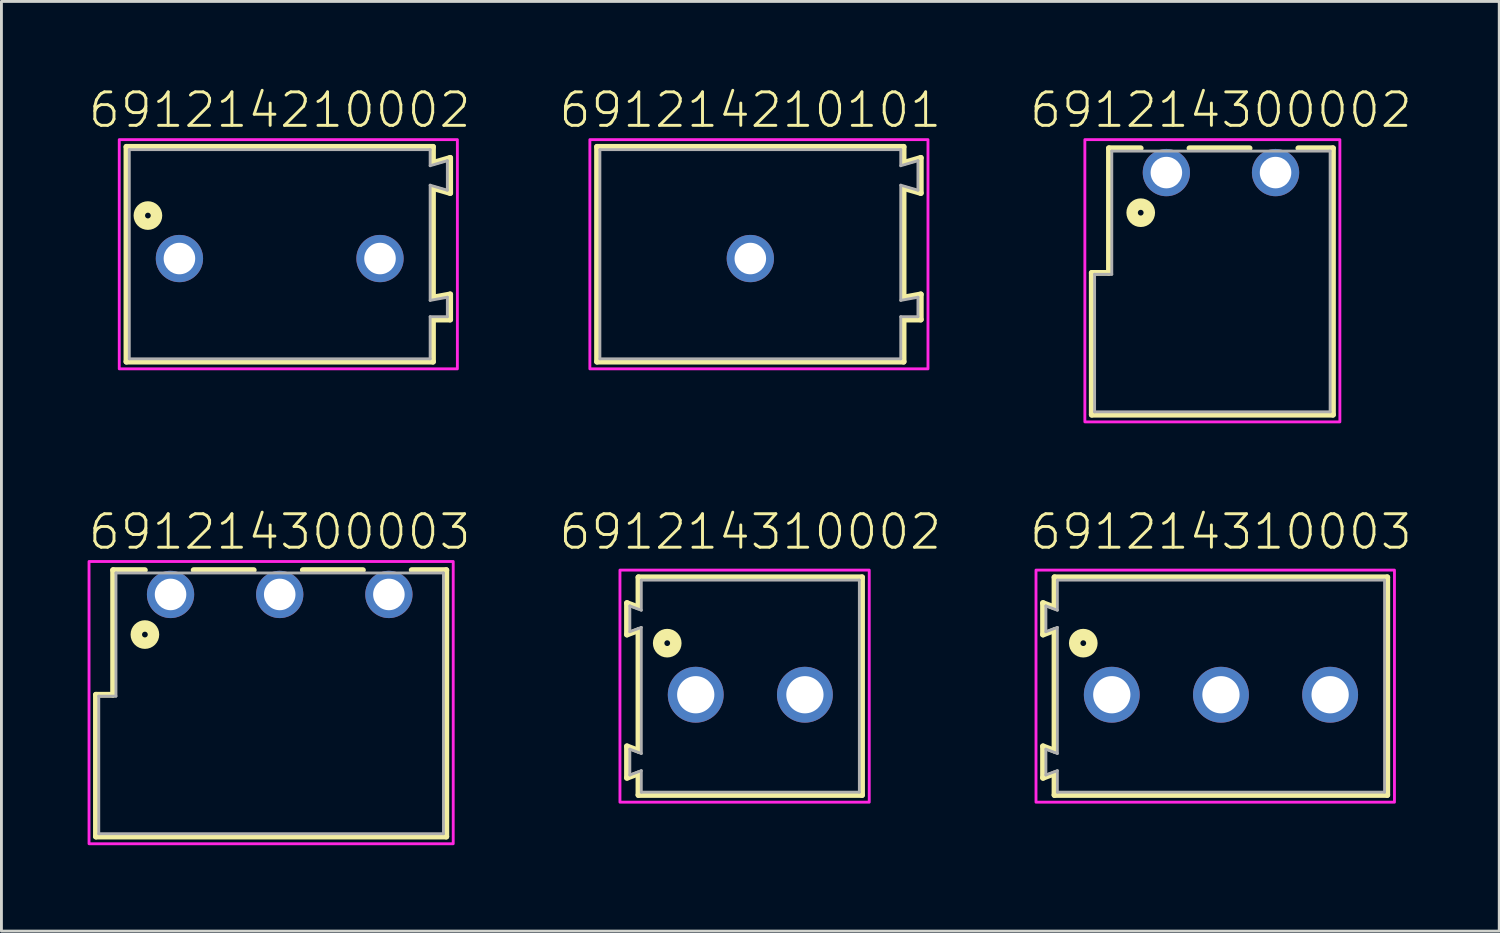
<source format=kicad_pcb>
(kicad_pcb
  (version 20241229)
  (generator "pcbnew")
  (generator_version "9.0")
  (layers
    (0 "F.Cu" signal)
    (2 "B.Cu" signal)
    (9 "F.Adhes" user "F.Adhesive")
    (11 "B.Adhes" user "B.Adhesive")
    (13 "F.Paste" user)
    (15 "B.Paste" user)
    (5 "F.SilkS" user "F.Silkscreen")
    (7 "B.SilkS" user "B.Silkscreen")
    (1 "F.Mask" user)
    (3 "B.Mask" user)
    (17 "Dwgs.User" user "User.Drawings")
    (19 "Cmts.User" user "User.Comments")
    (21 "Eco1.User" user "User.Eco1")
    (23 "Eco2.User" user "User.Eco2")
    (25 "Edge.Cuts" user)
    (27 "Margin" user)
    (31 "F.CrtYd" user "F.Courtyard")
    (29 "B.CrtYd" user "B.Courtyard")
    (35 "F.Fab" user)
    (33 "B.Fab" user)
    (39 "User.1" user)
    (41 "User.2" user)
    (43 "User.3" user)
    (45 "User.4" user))
  (footprint "691214310002"
    (layer "F.Cu")
    (at 23.136 21.196)
    (property "Reference" "691214310002" (at 0 -5 0) (unlocked yes) (layer "F.SilkS") (effects (font (size 1.168 1.168) (thickness 0.102)) (justify bottom)))
    (fp_line (start -4.305 -3.2) (end -3.905 -3.05) (stroke (width 0.2) (type solid)) (layer "F.SilkS"))
    (fp_line (start -4.305 -2.1) (end -4.305 -3.2) (stroke (width 0.2) (type solid)) (layer "F.SilkS"))
    (fp_line (start -4.305 1.8) (end -3.905 1.95) (stroke (width 0.2) (type solid)) (layer "F.SilkS"))
    (fp_line (start -4.305 2.9) (end -4.305 1.8) (stroke (width 0.2) (type solid)) (layer "F.SilkS"))
    (fp_line (start -3.905 -4.1) (end 3.9 -4.1) (stroke (width 0.2) (type solid)) (layer "F.SilkS"))
    (fp_line (start -3.905 -3.05) (end -3.905 -4.1) (stroke (width 0.2) (type solid)) (layer "F.SilkS"))
    (fp_line (start -3.905 -2.25) (end -4.305 -2.1) (stroke (width 0.2) (type solid)) (layer "F.SilkS"))
    (fp_line (start -3.905 1.95) (end -3.905 -2.25) (stroke (width 0.2) (type solid)) (layer "F.SilkS"))
    (fp_line (start -3.905 2.75) (end -4.305 2.9) (stroke (width 0.2) (type solid)) (layer "F.SilkS"))
    (fp_line (start -3.905 3.5) (end -3.905 2.75) (stroke (width 0.2) (type solid)) (layer "F.SilkS"))
    (fp_line (start 3.9 -4.1) (end 3.9 3.5) (stroke (width 0.2) (type solid)) (layer "F.SilkS"))
    (fp_line (start 3.9 3.5) (end -3.905 3.5) (stroke (width 0.2) (type solid)) (layer "F.SilkS"))
    (fp_circle (center -2.9 -1.8) (end -2.8 -1.8) (stroke (width 0.4) (type solid)) (fill no) (layer "F.SilkS"))
    (fp_poly (pts (xy 4.15 3.75) (xy -4.55 3.75) (xy -4.55 -4.35) (xy 4.15 -4.35)) (stroke (width 0.1) (type default)) (fill no) (layer "F.CrtYd"))
    (fp_line (start -4.205 -3.1) (end -3.805 -2.95) (stroke (width 0.1) (type solid)) (layer "F.Fab"))
    (fp_line (start -4.205 -2.2) (end -4.205 -3.1) (stroke (width 0.1) (type solid)) (layer "F.Fab"))
    (fp_line (start -4.205 -2.2) (end -3.805 -2.35) (stroke (width 0.1) (type solid)) (layer "F.Fab"))
    (fp_line (start -4.205 1.9) (end -4.205 2.8) (stroke (width 0.1) (type solid)) (layer "F.Fab"))
    (fp_line (start -4.205 1.9) (end -3.805 2.05) (stroke (width 0.1) (type solid)) (layer "F.Fab"))
    (fp_line (start -4.205 2.8) (end -3.805 2.65) (stroke (width 0.1) (type solid)) (layer "F.Fab"))
    (fp_line (start -3.805 -2.95) (end -3.805 -4) (stroke (width 0.1) (type solid)) (layer "F.Fab"))
    (fp_line (start -3.805 -2.35) (end -3.805 2.05) (stroke (width 0.1) (type solid)) (layer "F.Fab"))
    (fp_line (start -3.805 2.65) (end -3.805 3.4) (stroke (width 0.1) (type solid)) (layer "F.Fab"))
    (fp_line (start -3.805 3.4) (end 3.805 3.4) (stroke (width 0.1) (type solid)) (layer "F.Fab"))
    (fp_line (start 3.805 -4) (end -3.805 -4) (stroke (width 0.1) (type solid)) (layer "F.Fab"))
    (fp_line (start 3.805 3.4) (end 3.805 -4) (stroke (width 0.1) (type solid)) (layer "F.Fab"))
    (pad "1" thru_hole circle (at -1.905 0) (size 1.95 1.95) (drill 1.3) (layers "*.Cu" "*.Mask"))
    (pad "2" thru_hole circle (at 1.905 0) (size 1.95 1.95) (drill 1.3) (layers "*.Cu" "*.Mask")))
  (footprint "691214300003"
    (layer "F.Cu")
    (at 6.712 17.696)
    (property "Reference" "691214300003" (at 0 -1.5 0) (unlocked yes) (layer "F.SilkS") (effects (font (size 1.168 1.168) (thickness 0.102)) (justify bottom)))
    (fp_line (start -6.415 3.5) (end -5.815 3.5) (stroke (width 0.2) (type solid)) (layer "F.SilkS"))
    (fp_line (start -6.415 8.45) (end -6.415 3.5) (stroke (width 0.2) (type solid)) (layer "F.SilkS"))
    (fp_line (start -5.815 -0.85) (end -4.705 -0.85) (stroke (width 0.2) (type solid)) (layer "F.SilkS"))
    (fp_line (start -5.815 3.5) (end -5.815 -0.85) (stroke (width 0.2) (type solid)) (layer "F.SilkS"))
    (fp_line (start -3.005 -0.85) (end -0.905 -0.85) (stroke (width 0.2) (type solid)) (layer "F.SilkS"))
    (fp_line (start 0.805 -0.85) (end 2.905 -0.85) (stroke (width 0.2) (type solid)) (layer "F.SilkS"))
    (fp_line (start 4.605 -0.85) (end 5.815 -0.85) (stroke (width 0.2) (type solid)) (layer "F.SilkS"))
    (fp_line (start 5.815 -0.85) (end 5.815 8.45) (stroke (width 0.2) (type solid)) (layer "F.SilkS"))
    (fp_line (start 5.815 8.45) (end -6.415 8.45) (stroke (width 0.2) (type solid)) (layer "F.SilkS"))
    (fp_circle (center -4.705 1.4) (end -4.605 1.4) (stroke (width 0.4) (type solid)) (fill no) (layer "F.SilkS"))
    (fp_poly (pts (xy 6.055 8.7) (xy -6.655 8.7) (xy -6.655 -1.15) (xy 6.055 -1.15)) (stroke (width 0.1) (type default)) (fill no) (layer "F.CrtYd"))
    (fp_line (start -6.315 3.55) (end -5.715 3.55) (stroke (width 0.1) (type solid)) (layer "F.Fab"))
    (fp_line (start -6.315 8.35) (end -6.315 3.55) (stroke (width 0.1) (type solid)) (layer "F.Fab"))
    (fp_line (start -5.715 -0.75) (end 5.715 -0.75) (stroke (width 0.1) (type solid)) (layer "F.Fab"))
    (fp_line (start -5.715 3.55) (end -5.715 -0.75) (stroke (width 0.1) (type solid)) (layer "F.Fab"))
    (fp_line (start 5.715 -0.75) (end 5.715 8.35) (stroke (width 0.1) (type solid)) (layer "F.Fab"))
    (fp_line (start 5.715 8.35) (end -6.315 8.35) (stroke (width 0.1) (type solid)) (layer "F.Fab"))
    (pad "1" thru_hole circle (at -3.81 0 180) (size 1.65 1.65) (drill 1.1) (layers "*.Cu" "*.Mask"))
    (pad "2" thru_hole circle (at 0 0 180) (size 1.65 1.65) (drill 1.1) (layers "*.Cu" "*.Mask"))
    (pad "3" thru_hole circle (at 3.81 0 180) (size 1.65 1.65) (drill 1.1) (layers "*.Cu" "*.Mask")))
  (footprint "691214210002"
    (layer "F.Cu")
    (at 6.712 5.973)
    (property "Reference" "691214210002" (at 0 -4.5 0) (unlocked yes) (layer "F.SilkS") (effects (font (size 1.168 1.168) (thickness 0.102)) (justify bottom)))
    (fp_line (start -5.35 -3.9) (end 5.35 -3.9) (stroke (width 0.2) (type solid)) (layer "F.SilkS"))
    (fp_line (start -5.35 3.6) (end -5.35 -3.9) (stroke (width 0.2) (type solid)) (layer "F.SilkS"))
    (fp_line (start 5.35 -3.9) (end 5.35 -3.34) (stroke (width 0.2) (type solid)) (layer "F.SilkS"))
    (fp_line (start 5.35 -3.34) (end 5.95 -3.515) (stroke (width 0.2) (type solid)) (layer "F.SilkS"))
    (fp_line (start 5.35 -2.46) (end 5.35 1.36) (stroke (width 0.2) (type solid)) (layer "F.SilkS"))
    (fp_line (start 5.35 1.36) (end 5.95 1.25) (stroke (width 0.2) (type solid)) (layer "F.SilkS"))
    (fp_line (start 5.35 2.13) (end 5.35 3.6) (stroke (width 0.2) (type solid)) (layer "F.SilkS"))
    (fp_line (start 5.35 3.6) (end -5.35 3.6) (stroke (width 0.2) (type solid)) (layer "F.SilkS"))
    (fp_line (start 5.95 -3.515) (end 5.95 -2.285) (stroke (width 0.2) (type solid)) (layer "F.SilkS"))
    (fp_line (start 5.95 -2.285) (end 5.35 -2.46) (stroke (width 0.2) (type solid)) (layer "F.SilkS"))
    (fp_line (start 5.95 1.25) (end 5.95 2.13) (stroke (width 0.2) (type solid)) (layer "F.SilkS"))
    (fp_line (start 5.95 2.13) (end 5.35 2.13) (stroke (width 0.2) (type solid)) (layer "F.SilkS"))
    (fp_circle (center -4.6 -1.5) (end -4.5 -1.5) (stroke (width 0.4) (type solid)) (fill no) (layer "F.SilkS"))
    (fp_poly (pts (xy 6.2 3.85) (xy -5.6 3.85) (xy -5.6 -4.15) (xy 6.2 -4.15)) (stroke (width 0.1) (type default)) (fill no) (layer "F.CrtYd"))
    (fp_line (start -5.25 -3.8) (end -5.25 3.5) (stroke (width 0.1) (type solid)) (layer "F.Fab"))
    (fp_line (start -5.25 3.5) (end 5.25 3.5) (stroke (width 0.1) (type solid)) (layer "F.Fab"))
    (fp_line (start 5.25 -3.8) (end -5.25 -3.8) (stroke (width 0.1) (type solid)) (layer "F.Fab"))
    (fp_line (start 5.25 -3.8) (end 5.25 -3.24) (stroke (width 0.1) (type solid)) (layer "F.Fab"))
    (fp_line (start 5.25 -3.24) (end 5.85 -3.415) (stroke (width 0.1) (type solid)) (layer "F.Fab"))
    (fp_line (start 5.25 -2.56) (end 5.25 1.46) (stroke (width 0.1) (type solid)) (layer "F.Fab"))
    (fp_line (start 5.25 -2.56) (end 5.85 -2.385) (stroke (width 0.1) (type solid)) (layer "F.Fab"))
    (fp_line (start 5.25 1.46) (end 5.85 1.35) (stroke (width 0.1) (type solid)) (layer "F.Fab"))
    (fp_line (start 5.25 2.03) (end 5.25 3.5) (stroke (width 0.1) (type solid)) (layer "F.Fab"))
    (fp_line (start 5.25 2.03) (end 5.85 2.03) (stroke (width 0.1) (type solid)) (layer "F.Fab"))
    (fp_line (start 5.85 -2.385) (end 5.85 -3.415) (stroke (width 0.1) (type solid)) (layer "F.Fab"))
    (fp_line (start 5.85 2.03) (end 5.85 1.35) (stroke (width 0.1) (type solid)) (layer "F.Fab"))
    (pad "1" thru_hole circle (at -3.5 0) (size 1.65 1.65) (drill 1.1) (layers "*.Cu" "*.Mask"))
    (pad "2" thru_hole circle (at 3.5 0) (size 1.65 1.65) (drill 1.1) (layers "*.Cu" "*.Mask")))
  (footprint "691214300002"
    (layer "F.Cu")
    (at 39.561 2.973)
    (property "Reference" "691214300002" (at 0 -1.5 0) (unlocked yes) (layer "F.SilkS") (effects (font (size 1.168 1.168) (thickness 0.102)) (justify bottom)))
    (fp_line (start -4.51 3.5) (end -3.91 3.5) (stroke (width 0.2) (type solid)) (layer "F.SilkS"))
    (fp_line (start -4.51 8.45) (end -4.51 3.5) (stroke (width 0.2) (type solid)) (layer "F.SilkS"))
    (fp_line (start -3.91 -0.85) (end -2.8 -0.85) (stroke (width 0.2) (type solid)) (layer "F.SilkS"))
    (fp_line (start -3.91 3.5) (end -3.91 -0.85) (stroke (width 0.2) (type solid)) (layer "F.SilkS"))
    (fp_line (start -1.1 -0.85) (end 1 -0.85) (stroke (width 0.2) (type solid)) (layer "F.SilkS"))
    (fp_line (start 2.7 -0.85) (end 3.91 -0.85) (stroke (width 0.2) (type solid)) (layer "F.SilkS"))
    (fp_line (start 3.91 -0.85) (end 3.91 8.45) (stroke (width 0.2) (type solid)) (layer "F.SilkS"))
    (fp_line (start 3.91 8.45) (end -4.51 8.45) (stroke (width 0.2) (type solid)) (layer "F.SilkS"))
    (fp_circle (center -2.8 1.4) (end -2.7 1.4) (stroke (width 0.4) (type solid)) (fill no) (layer "F.SilkS"))
    (fp_poly (pts (xy 4.15 8.7) (xy -4.75 8.7) (xy -4.75 -1.15) (xy 4.15 -1.15)) (stroke (width 0.1) (type default)) (fill no) (layer "F.CrtYd"))
    (fp_line (start -4.41 3.55) (end -3.81 3.55) (stroke (width 0.1) (type solid)) (layer "F.Fab"))
    (fp_line (start -4.41 8.35) (end -4.41 3.55) (stroke (width 0.1) (type solid)) (layer "F.Fab"))
    (fp_line (start -3.81 -0.75) (end 3.81 -0.75) (stroke (width 0.1) (type solid)) (layer "F.Fab"))
    (fp_line (start -3.81 3.55) (end -3.81 -0.75) (stroke (width 0.1) (type solid)) (layer "F.Fab"))
    (fp_line (start 3.81 -0.75) (end 3.81 8.35) (stroke (width 0.1) (type solid)) (layer "F.Fab"))
    (fp_line (start 3.81 8.35) (end -4.41 8.35) (stroke (width 0.1) (type solid)) (layer "F.Fab"))
    (pad "1" thru_hole circle (at -1.905 0 180) (size 1.65 1.65) (drill 1.1) (layers "*.Cu" "*.Mask"))
    (pad "2" thru_hole circle (at 1.905 0 180) (size 1.65 1.65) (drill 1.1) (layers "*.Cu" "*.Mask")))
  (footprint "691214310003"
    (layer "F.Cu")
    (at 39.561 21.196)
    (property "Reference" "691214310003" (at 0 -5 0) (unlocked yes) (layer "F.SilkS") (effects (font (size 1.168 1.168) (thickness 0.102)) (justify bottom)))
    (fp_line (start -6.21 -3.2) (end -5.81 -3.05) (stroke (width 0.2) (type solid)) (layer "F.SilkS"))
    (fp_line (start -6.21 -2.1) (end -6.21 -3.2) (stroke (width 0.2) (type solid)) (layer "F.SilkS"))
    (fp_line (start -6.21 1.8) (end -5.81 1.95) (stroke (width 0.2) (type solid)) (layer "F.SilkS"))
    (fp_line (start -6.21 2.9) (end -6.21 1.8) (stroke (width 0.2) (type solid)) (layer "F.SilkS"))
    (fp_line (start -5.81 -4.1) (end 5.805 -4.1) (stroke (width 0.2) (type solid)) (layer "F.SilkS"))
    (fp_line (start -5.81 -3.05) (end -5.81 -4.1) (stroke (width 0.2) (type solid)) (layer "F.SilkS"))
    (fp_line (start -5.81 -2.25) (end -6.21 -2.1) (stroke (width 0.2) (type solid)) (layer "F.SilkS"))
    (fp_line (start -5.81 1.95) (end -5.81 -2.25) (stroke (width 0.2) (type solid)) (layer "F.SilkS"))
    (fp_line (start -5.81 2.75) (end -6.21 2.9) (stroke (width 0.2) (type solid)) (layer "F.SilkS"))
    (fp_line (start -5.81 3.5) (end -5.81 2.75) (stroke (width 0.2) (type solid)) (layer "F.SilkS"))
    (fp_line (start 5.805 -4.1) (end 5.805 3.5) (stroke (width 0.2) (type solid)) (layer "F.SilkS"))
    (fp_line (start 5.805 3.5) (end -5.81 3.5) (stroke (width 0.2) (type solid)) (layer "F.SilkS"))
    (fp_circle (center -4.805 -1.8) (end -4.705 -1.8) (stroke (width 0.4) (type solid)) (fill no) (layer "F.SilkS"))
    (fp_poly (pts (xy 6.055 3.75) (xy -6.455 3.75) (xy -6.455 -4.35) (xy 6.055 -4.35)) (stroke (width 0.1) (type default)) (fill no) (layer "F.CrtYd"))
    (fp_line (start -6.11 -3.1) (end -5.71 -2.95) (stroke (width 0.1) (type solid)) (layer "F.Fab"))
    (fp_line (start -6.11 -2.2) (end -6.11 -3.1) (stroke (width 0.1) (type solid)) (layer "F.Fab"))
    (fp_line (start -6.11 -2.2) (end -5.71 -2.35) (stroke (width 0.1) (type solid)) (layer "F.Fab"))
    (fp_line (start -6.11 1.9) (end -6.11 2.8) (stroke (width 0.1) (type solid)) (layer "F.Fab"))
    (fp_line (start -6.11 1.9) (end -5.71 2.05) (stroke (width 0.1) (type solid)) (layer "F.Fab"))
    (fp_line (start -6.11 2.8) (end -5.71 2.65) (stroke (width 0.1) (type solid)) (layer "F.Fab"))
    (fp_line (start -5.71 -2.95) (end -5.71 -4) (stroke (width 0.1) (type solid)) (layer "F.Fab"))
    (fp_line (start -5.71 -2.35) (end -5.71 2.05) (stroke (width 0.1) (type solid)) (layer "F.Fab"))
    (fp_line (start -5.71 2.65) (end -5.71 3.4) (stroke (width 0.1) (type solid)) (layer "F.Fab"))
    (fp_line (start -5.71 3.4) (end 5.71 3.4) (stroke (width 0.1) (type solid)) (layer "F.Fab"))
    (fp_line (start 5.71 -4) (end -5.71 -4) (stroke (width 0.1) (type solid)) (layer "F.Fab"))
    (fp_line (start 5.71 3.4) (end 5.71 -4) (stroke (width 0.1) (type solid)) (layer "F.Fab"))
    (pad "1" thru_hole circle (at -3.81 0) (size 1.95 1.95) (drill 1.3) (layers "*.Cu" "*.Mask"))
    (pad "2" thru_hole circle (at 0 0) (size 1.95 1.95) (drill 1.3) (layers "*.Cu" "*.Mask"))
    (pad "3" thru_hole circle (at 3.81 0) (size 1.95 1.95) (drill 1.3) (layers "*.Cu" "*.Mask")))
  (footprint "691214210101"
    (layer "F.Cu")
    (at 23.136 5.973)
    (property "Reference" "691214210101" (at 0 -4.5 0) (unlocked yes) (layer "F.SilkS") (effects (font (size 1.168 1.168) (thickness 0.102)) (justify bottom)))
    (fp_line (start -5.35 -3.9) (end 5.35 -3.9) (stroke (width 0.2) (type solid)) (layer "F.SilkS"))
    (fp_line (start -5.35 3.6) (end -5.35 -3.9) (stroke (width 0.2) (type solid)) (layer "F.SilkS"))
    (fp_line (start 5.35 -3.9) (end 5.35 -3.34) (stroke (width 0.2) (type solid)) (layer "F.SilkS"))
    (fp_line (start 5.35 -3.34) (end 5.95 -3.515) (stroke (width 0.2) (type solid)) (layer "F.SilkS"))
    (fp_line (start 5.35 -2.46) (end 5.35 1.36) (stroke (width 0.2) (type solid)) (layer "F.SilkS"))
    (fp_line (start 5.35 1.36) (end 5.95 1.25) (stroke (width 0.2) (type solid)) (layer "F.SilkS"))
    (fp_line (start 5.35 2.13) (end 5.35 3.6) (stroke (width 0.2) (type solid)) (layer "F.SilkS"))
    (fp_line (start 5.35 3.6) (end -5.35 3.6) (stroke (width 0.2) (type solid)) (layer "F.SilkS"))
    (fp_line (start 5.95 -3.515) (end 5.95 -2.285) (stroke (width 0.2) (type solid)) (layer "F.SilkS"))
    (fp_line (start 5.95 -2.285) (end 5.35 -2.46) (stroke (width 0.2) (type solid)) (layer "F.SilkS"))
    (fp_line (start 5.95 1.25) (end 5.95 2.13) (stroke (width 0.2) (type solid)) (layer "F.SilkS"))
    (fp_line (start 5.95 2.13) (end 5.35 2.13) (stroke (width 0.2) (type solid)) (layer "F.SilkS"))
    (fp_poly (pts (xy 6.2 3.85) (xy -5.6 3.85) (xy -5.6 -4.15) (xy 6.2 -4.15)) (stroke (width 0.1) (type default)) (fill no) (layer "F.CrtYd"))
    (fp_line (start -5.25 -3.8) (end -5.25 3.5) (stroke (width 0.1) (type solid)) (layer "F.Fab"))
    (fp_line (start -5.25 3.5) (end 5.25 3.5) (stroke (width 0.1) (type solid)) (layer "F.Fab"))
    (fp_line (start 5.25 -3.8) (end -5.25 -3.8) (stroke (width 0.1) (type solid)) (layer "F.Fab"))
    (fp_line (start 5.25 -3.8) (end 5.25 -3.24) (stroke (width 0.1) (type solid)) (layer "F.Fab"))
    (fp_line (start 5.25 -3.24) (end 5.85 -3.415) (stroke (width 0.1) (type solid)) (layer "F.Fab"))
    (fp_line (start 5.25 -2.56) (end 5.25 1.46) (stroke (width 0.1) (type solid)) (layer "F.Fab"))
    (fp_line (start 5.25 -2.56) (end 5.85 -2.385) (stroke (width 0.1) (type solid)) (layer "F.Fab"))
    (fp_line (start 5.25 1.46) (end 5.85 1.35) (stroke (width 0.1) (type solid)) (layer "F.Fab"))
    (fp_line (start 5.25 2.03) (end 5.25 3.5) (stroke (width 0.1) (type solid)) (layer "F.Fab"))
    (fp_line (start 5.25 2.03) (end 5.85 2.03) (stroke (width 0.1) (type solid)) (layer "F.Fab"))
    (fp_line (start 5.85 -2.385) (end 5.85 -3.415) (stroke (width 0.1) (type solid)) (layer "F.Fab"))
    (fp_line (start 5.85 2.03) (end 5.85 1.35) (stroke (width 0.1) (type solid)) (layer "F.Fab"))
    (pad "1" thru_hole circle (at 0 0) (size 1.65 1.65) (drill 1.1) (layers "*.Cu" "*.Mask")))
  (gr_rect
    (start -3 -3)
    (end 49.273 29.446)
    (stroke (width 0.1) (type default))
    (fill no)
    (layer "Edge.Cuts")))
</source>
